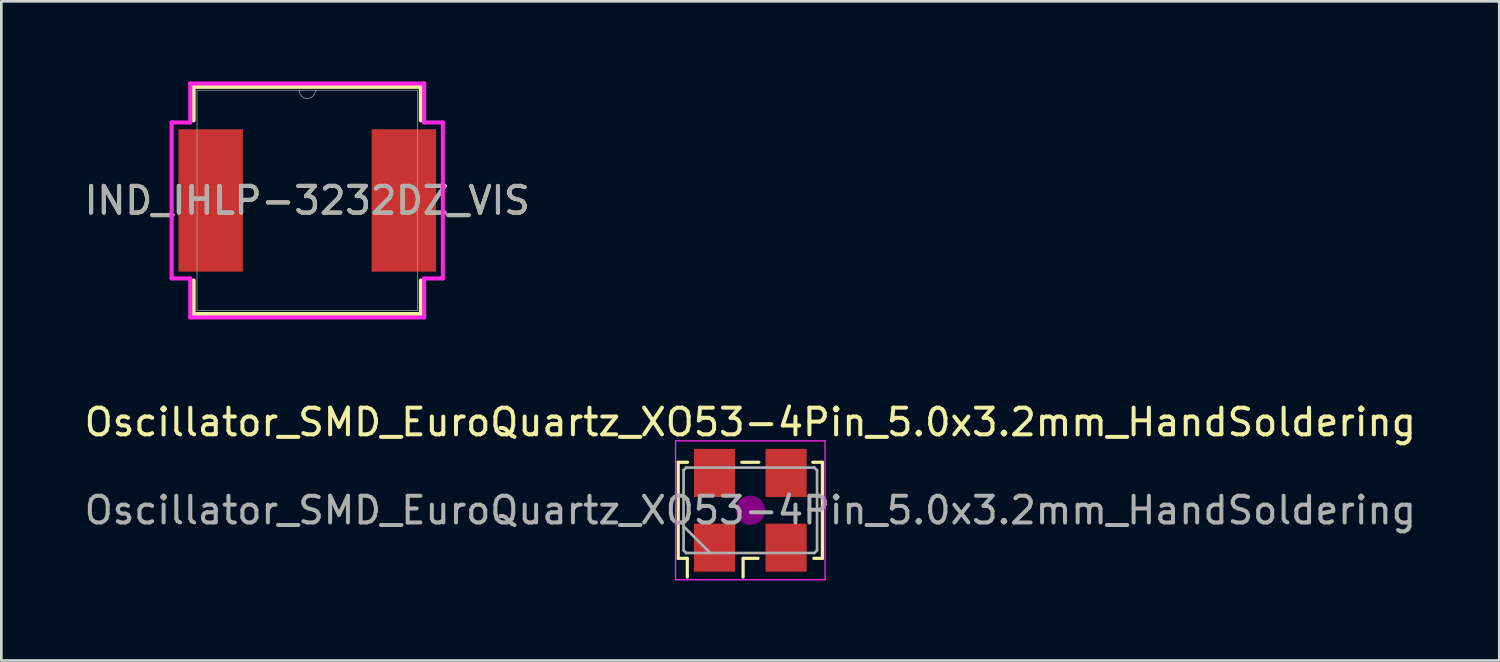
<source format=kicad_pcb>
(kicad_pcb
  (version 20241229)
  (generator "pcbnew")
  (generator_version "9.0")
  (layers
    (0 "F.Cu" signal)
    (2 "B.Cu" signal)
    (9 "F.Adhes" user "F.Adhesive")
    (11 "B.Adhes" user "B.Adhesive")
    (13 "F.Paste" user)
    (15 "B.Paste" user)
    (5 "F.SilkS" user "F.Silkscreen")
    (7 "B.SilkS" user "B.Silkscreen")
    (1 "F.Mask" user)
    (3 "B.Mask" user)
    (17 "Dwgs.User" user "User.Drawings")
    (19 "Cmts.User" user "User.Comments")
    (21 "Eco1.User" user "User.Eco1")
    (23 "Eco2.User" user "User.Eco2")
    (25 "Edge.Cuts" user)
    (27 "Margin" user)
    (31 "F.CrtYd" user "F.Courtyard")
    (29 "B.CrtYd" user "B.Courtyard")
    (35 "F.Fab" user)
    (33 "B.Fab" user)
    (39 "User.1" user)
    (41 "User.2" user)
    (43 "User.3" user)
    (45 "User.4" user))
  (footprint "IND_IHLP-3232DZ_VIS"
    (layer "F.Cu")
    (at 8.458 4.458)
    (property "Reference" "IND_IHLP-3232DZ_VIS" (at 0 0 0) (unlocked yes) (layer "F.SilkS") (effects (font (size 1 1) (thickness 0.15))))
    (attr smd)
    (fp_line (start -4.255 -4.255) (end -4.255 -3) (stroke (width 0.152) (type solid)) (layer "F.SilkS"))
    (fp_line (start -4.255 3) (end -4.255 4.255) (stroke (width 0.152) (type solid)) (layer "F.SilkS"))
    (fp_line (start -4.255 4.255) (end 4.255 4.255) (stroke (width 0.152) (type solid)) (layer "F.SilkS"))
    (fp_line (start 4.255 -4.255) (end -4.255 -4.255) (stroke (width 0.152) (type solid)) (layer "F.SilkS"))
    (fp_line (start 4.255 -3) (end 4.255 -4.255) (stroke (width 0.152) (type solid)) (layer "F.SilkS"))
    (fp_line (start 4.255 4.255) (end 4.255 3) (stroke (width 0.152) (type solid)) (layer "F.SilkS"))
    (fp_line (start -5.08 -2.921) (end -4.381 -2.921) (stroke (width 0.152) (type solid)) (layer "F.CrtYd"))
    (fp_line (start -5.08 2.921) (end -5.08 -2.921) (stroke (width 0.152) (type solid)) (layer "F.CrtYd"))
    (fp_line (start -5.08 2.921) (end -4.381 2.921) (stroke (width 0.152) (type solid)) (layer "F.CrtYd"))
    (fp_line (start -4.381 -4.381) (end 4.381 -4.381) (stroke (width 0.152) (type solid)) (layer "F.CrtYd"))
    (fp_line (start -4.381 -2.921) (end -4.381 -4.381) (stroke (width 0.152) (type solid)) (layer "F.CrtYd"))
    (fp_line (start -4.381 4.381) (end -4.381 2.921) (stroke (width 0.152) (type solid)) (layer "F.CrtYd"))
    (fp_line (start 4.381 -4.381) (end 4.381 -2.921) (stroke (width 0.152) (type solid)) (layer "F.CrtYd"))
    (fp_line (start 4.381 2.921) (end 4.381 4.381) (stroke (width 0.152) (type solid)) (layer "F.CrtYd"))
    (fp_line (start 4.381 4.381) (end -4.381 4.381) (stroke (width 0.152) (type solid)) (layer "F.CrtYd"))
    (fp_line (start 5.08 -2.921) (end 4.381 -2.921) (stroke (width 0.152) (type solid)) (layer "F.CrtYd"))
    (fp_line (start 5.08 -2.921) (end 5.08 2.921) (stroke (width 0.152) (type solid)) (layer "F.CrtYd"))
    (fp_line (start 5.08 2.921) (end 4.381 2.921) (stroke (width 0.152) (type solid)) (layer "F.CrtYd"))
    (fp_line (start -4.128 -4.128) (end -4.128 4.128) (stroke (width 0.025) (type solid)) (layer "F.Fab"))
    (fp_line (start -4.128 4.128) (end 4.128 4.128) (stroke (width 0.025) (type solid)) (layer "F.Fab"))
    (fp_line (start 4.128 -4.128) (end -4.128 -4.128) (stroke (width 0.025) (type solid)) (layer "F.Fab"))
    (fp_line (start 4.128 4.128) (end 4.128 -4.128) (stroke (width 0.025) (type solid)) (layer "F.Fab"))
    (fp_arc (start 0.3048 -4.1275) (mid 0 -3.8227) (end -0.3048 -4.1275) (stroke (width 0.0254) (type solid)) (layer "F.Fab"))
    (fp_circle (center -2.413 0) (end -2.337 0) (stroke (width 0.025) (type solid)) (fill no) (layer "F.Fab"))
    (fp_text user "${REFERENCE}" (at 0 0 0) (unlocked yes) (layer "F.Fab") (effects (font (size 1 1) (thickness 0.15))))
    (pad "1" smd rect (at -3.619 0) (size 2.413 5.334) (layers "F.Cu" "F.Mask" "F.Paste"))
    (pad "2" smd rect (at 3.619 0) (size 2.413 5.334) (layers "F.Cu" "F.Mask" "F.Paste")))
  (footprint "Oscillator_SMD_EuroQuartz_XO53-4Pin_5.0x3.2mm_HandSoldering"
    (layer "F.Cu")
    (at 25.054 16.064)
    (property "Reference" "Oscillator_SMD_EuroQuartz_XO53-4Pin_5.0x3.2mm_HandSoldering" (at 0 -3.3 0) (layer "F.SilkS") (effects (font (size 1 1) (thickness 0.15))))
    (attr smd)
    (fp_line (start -2.7 -1.8) (end -2.35 -1.8) (stroke (width 0.12) (type solid)) (layer "F.SilkS"))
    (fp_line (start -2.7 1.8) (end -2.7 -1.8) (stroke (width 0.12) (type solid)) (layer "F.SilkS"))
    (fp_line (start -2.36 1.8) (end -2.7 1.8) (stroke (width 0.12) (type solid)) (layer "F.SilkS"))
    (fp_line (start -2.36 2.5) (end -2.36 1.8) (stroke (width 0.12) (type solid)) (layer "F.SilkS"))
    (fp_line (start -0.32 -1.8) (end 0.32 -1.8) (stroke (width 0.12) (type solid)) (layer "F.SilkS"))
    (fp_line (start -0.27 1.8) (end -0.27 2.5) (stroke (width 0.12) (type solid)) (layer "F.SilkS"))
    (fp_line (start 0.29 1.8) (end -0.27 1.8) (stroke (width 0.12) (type solid)) (layer "F.SilkS"))
    (fp_line (start 2.34 -1.8) (end 2.7 -1.8) (stroke (width 0.12) (type solid)) (layer "F.SilkS"))
    (fp_line (start 2.7 -1.8) (end 2.7 1.8) (stroke (width 0.12) (type solid)) (layer "F.SilkS"))
    (fp_line (start 2.7 1.8) (end 2.38 1.8) (stroke (width 0.12) (type solid)) (layer "F.SilkS"))
    (fp_circle (center 0 0) (end 0.117 0) (stroke (width 0.233) (type solid)) (fill no) (layer "F.Adhes"))
    (fp_circle (center 0 0) (end 0.267 0) (stroke (width 0.167) (type solid)) (fill no) (layer "F.Adhes"))
    (fp_circle (center 0 0) (end 0.417 0) (stroke (width 0.167) (type solid)) (fill no) (layer "F.Adhes"))
    (fp_circle (center 0 0) (end 0.5 0) (stroke (width 0.1) (type solid)) (fill no) (layer "F.Adhes"))
    (fp_line (start -2.8 -2.6) (end -2.8 2.6) (stroke (width 0.05) (type solid)) (layer "F.CrtYd"))
    (fp_line (start -2.8 2.6) (end 2.8 2.6) (stroke (width 0.05) (type solid)) (layer "F.CrtYd"))
    (fp_line (start 2.8 -2.6) (end -2.8 -2.6) (stroke (width 0.05) (type solid)) (layer "F.CrtYd"))
    (fp_line (start 2.8 2.6) (end 2.8 -2.6) (stroke (width 0.05) (type solid)) (layer "F.CrtYd"))
    (fp_line (start -2.5 -1.5) (end -2.4 -1.6) (stroke (width 0.1) (type solid)) (layer "F.Fab"))
    (fp_line (start -2.5 0.6) (end -1.5 1.6) (stroke (width 0.1) (type solid)) (layer "F.Fab"))
    (fp_line (start -2.5 1.5) (end -2.5 -1.5) (stroke (width 0.1) (type solid)) (layer "F.Fab"))
    (fp_line (start -2.4 -1.6) (end 2.4 -1.6) (stroke (width 0.1) (type solid)) (layer "F.Fab"))
    (fp_line (start -2.4 1.6) (end -2.5 1.5) (stroke (width 0.1) (type solid)) (layer "F.Fab"))
    (fp_line (start 2.4 -1.6) (end 2.5 -1.5) (stroke (width 0.1) (type solid)) (layer "F.Fab"))
    (fp_line (start 2.4 1.6) (end -2.4 1.6) (stroke (width 0.1) (type solid)) (layer "F.Fab"))
    (fp_line (start 2.5 -1.5) (end 2.5 1.5) (stroke (width 0.1) (type solid)) (layer "F.Fab"))
    (fp_line (start 2.5 1.5) (end 2.4 1.6) (stroke (width 0.1) (type solid)) (layer "F.Fab"))
    (fp_text user "${REFERENCE}" (at 0 0 0) (layer "F.Fab") (effects (font (size 1 1) (thickness 0.15))))
    (pad "1" smd rect (at -1.34 1.4) (size 1.54 1.8) (layers "F.Cu" "F.Mask" "F.Paste"))
    (pad "2" smd rect (at 1.34 1.4) (size 1.54 1.8) (layers "F.Cu" "F.Mask" "F.Paste"))
    (pad "3" smd rect (at 1.34 -1.4) (size 1.54 1.8) (layers "F.Cu" "F.Mask" "F.Paste"))
    (pad "4" smd rect (at -1.34 -1.4) (size 1.54 1.8) (layers "F.Cu" "F.Mask" "F.Paste")))
  (gr_rect
    (start -3 -3)
    (end 53.107 21.689)
    (stroke (width 0.1) (type default))
    (fill no)
    (layer "Edge.Cuts")))
</source>
